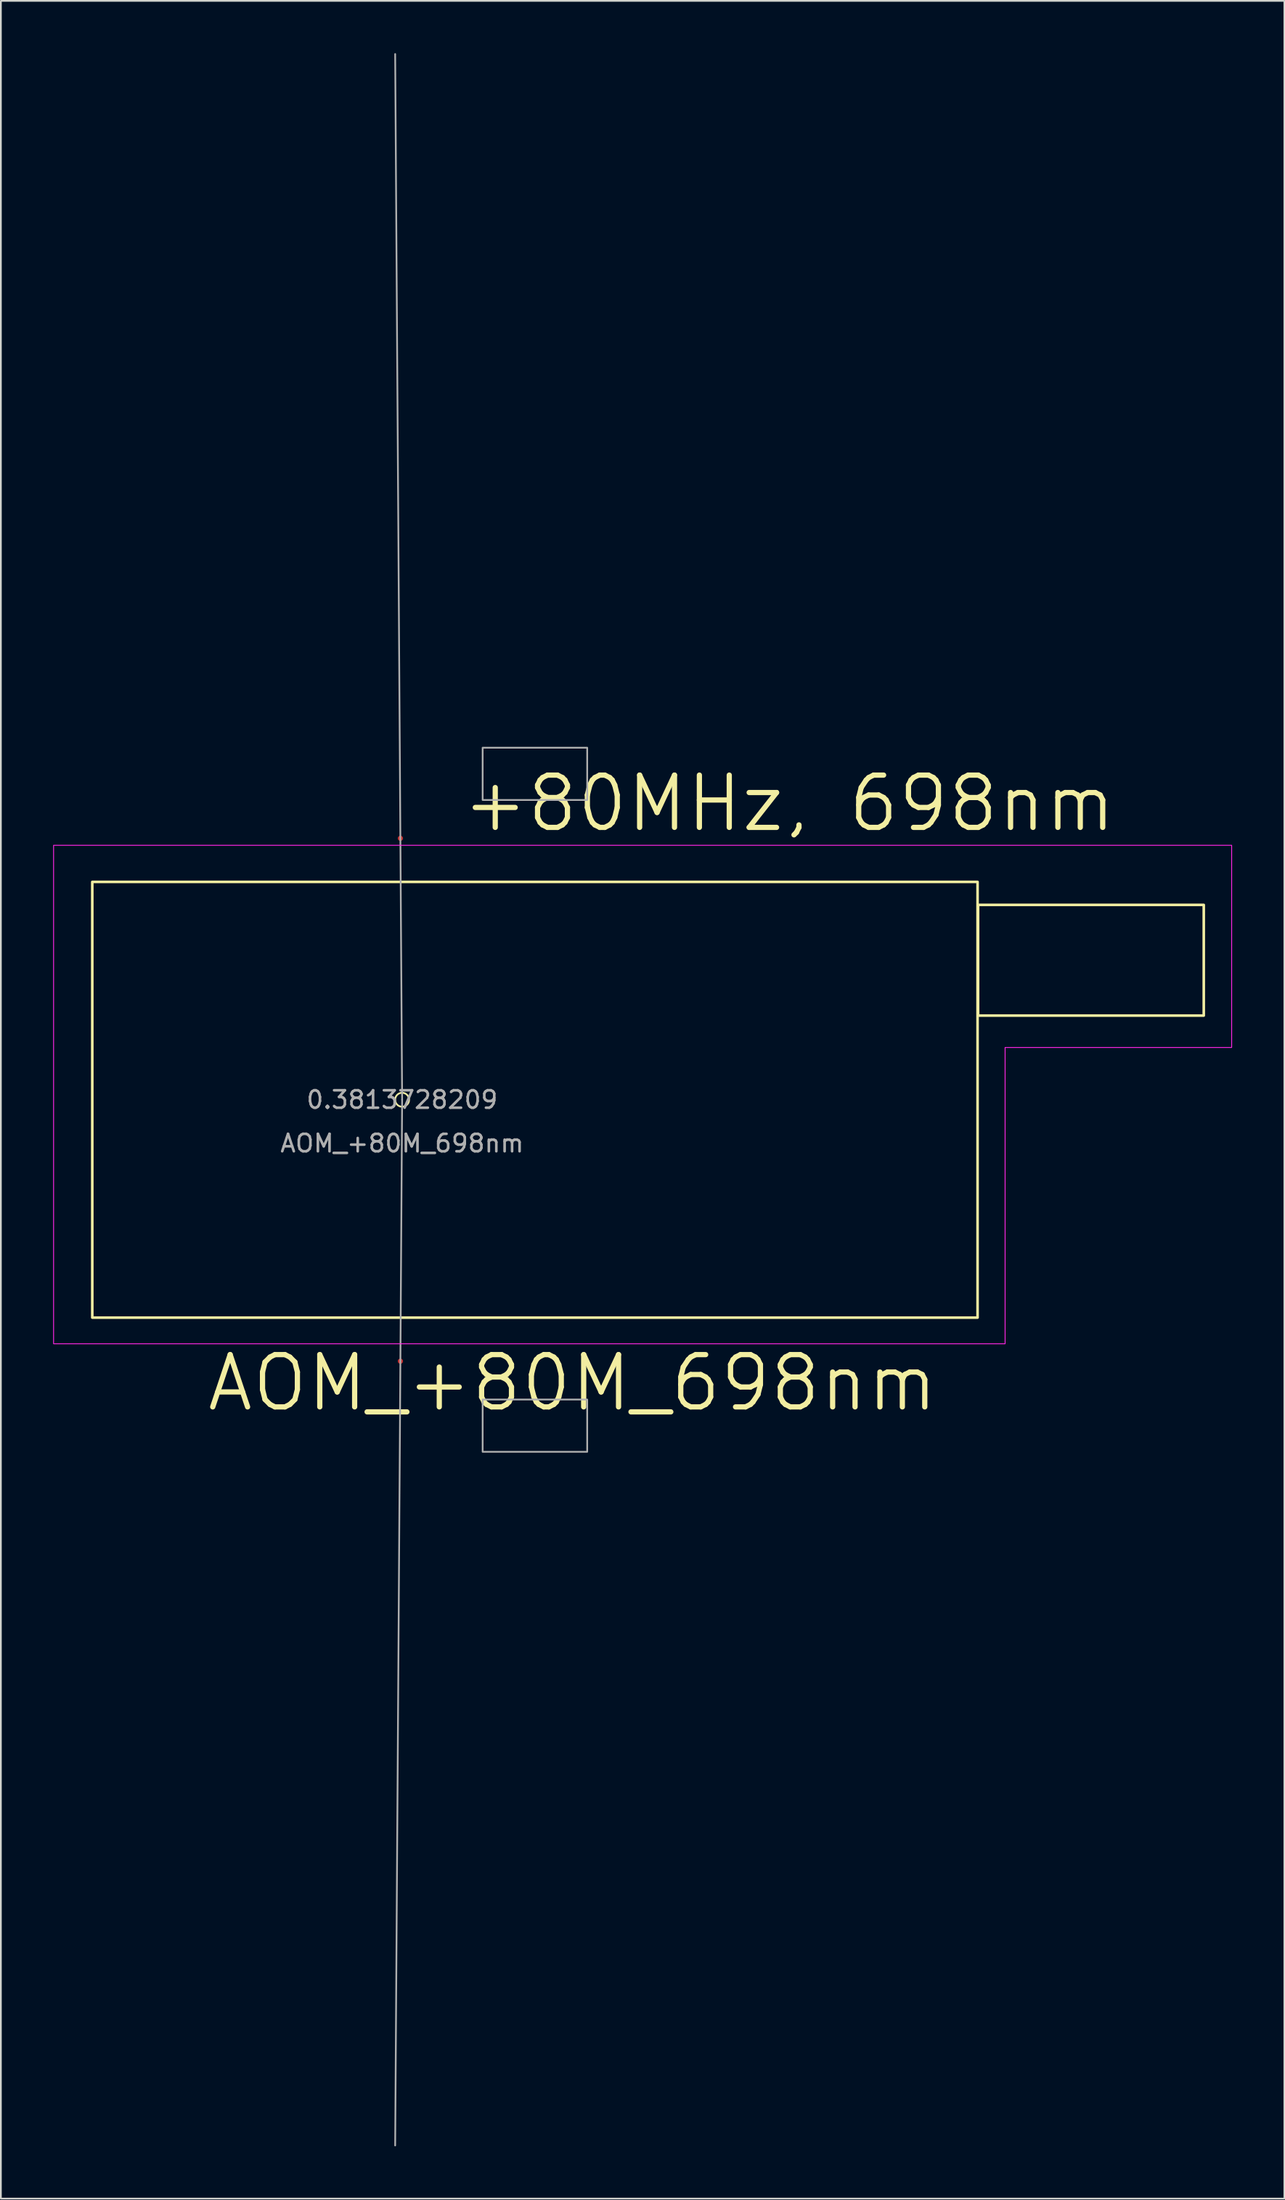
<source format=kicad_pcb>
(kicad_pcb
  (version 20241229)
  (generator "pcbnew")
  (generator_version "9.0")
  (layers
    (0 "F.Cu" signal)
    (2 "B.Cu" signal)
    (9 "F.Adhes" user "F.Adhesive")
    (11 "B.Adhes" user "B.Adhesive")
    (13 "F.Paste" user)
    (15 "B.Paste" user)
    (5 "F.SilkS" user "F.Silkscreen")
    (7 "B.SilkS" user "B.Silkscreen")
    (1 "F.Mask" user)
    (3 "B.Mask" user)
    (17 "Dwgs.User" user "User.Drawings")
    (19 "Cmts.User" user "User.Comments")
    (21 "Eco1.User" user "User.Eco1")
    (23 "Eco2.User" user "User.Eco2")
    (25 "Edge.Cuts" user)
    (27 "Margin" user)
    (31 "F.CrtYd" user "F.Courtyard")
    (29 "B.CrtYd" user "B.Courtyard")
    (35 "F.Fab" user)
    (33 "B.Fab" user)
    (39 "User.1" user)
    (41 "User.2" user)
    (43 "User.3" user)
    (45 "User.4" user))
  (footprint "AOM_+80M_698nm"
    (layer "F.Cu")
    (at 20.025 60.049)
    (property "Reference" "AOM_+80M_698nm" (at 9.775 16.25 0) (unlocked yes) (layer "F.SilkS") (effects (font (size 3 3) (thickness 0.3))))
    (property "Frequency" "+80MHz, 698nm" (at 22.2 -17 0) (layer "F.SilkS") (effects (font (size 3 3) (thickness 0.3))))
    (property "Angle" "0.3813728209" (at 0 0 0) (layer "F.Fab") (effects (font (size 1 1) (thickness 0.15))))
    (attr smd)
    (fp_rect (start -17.78 -12.5) (end 33.02 12.5) (stroke (width 0.15) (type default)) (fill no) (layer "F.SilkS"))
    (fp_rect (start 33.05 -11.18) (end 46 -4.83) (stroke (width 0.15) (type default)) (fill no) (layer "F.SilkS"))
    (fp_circle (center 0 0) (end 0.4 0) (stroke (width 0.1) (type default)) (fill no) (layer "F.SilkS"))
    (fp_poly (pts (xy -20 -14.6) (xy -20 14) (xy 34.6 14) (xy 34.6 -3) (xy 47.6 -3) (xy 47.6 -14.6)) (stroke (width 0.05) (type solid)) (fill no) (layer "F.CrtYd"))
    (fp_line (start 0 0) (end -0.399 -59.999) (stroke (width 0.1) (type default)) (layer "F.Fab"))
    (fp_line (start 0 0) (end -0.399 59.999) (stroke (width 0.1) (type default)) (layer "F.Fab"))
    (fp_rect (start 4.62 -20.2) (end 10.62 -17.2) (stroke (width 0.1) (type solid)) (fill no) (layer "F.Fab"))
    (fp_rect (start 4.62 17.2) (end 10.62 20.2) (stroke (width 0.1) (type solid)) (fill no) (layer "F.Fab"))
    (fp_text user "${REFERENCE}" (at 0 2.5 0) (unlocked yes) (layer "F.Fab") (effects (font (size 1 1) (thickness 0.15))))
    (pad "1" smd circle (at -0.099 -15) (size 0.3 0.3) (layers "F.Cu" "F.Mask" "F.Paste"))
    (pad "2" smd circle (at -0.099 15) (size 0.3 0.3) (layers "F.Cu" "F.Mask" "F.Paste")))
  (gr_rect
    (start -3 -3)
    (end 70.65 123.097)
    (stroke (width 0.1) (type default))
    (fill no)
    (layer "Edge.Cuts")))
</source>
